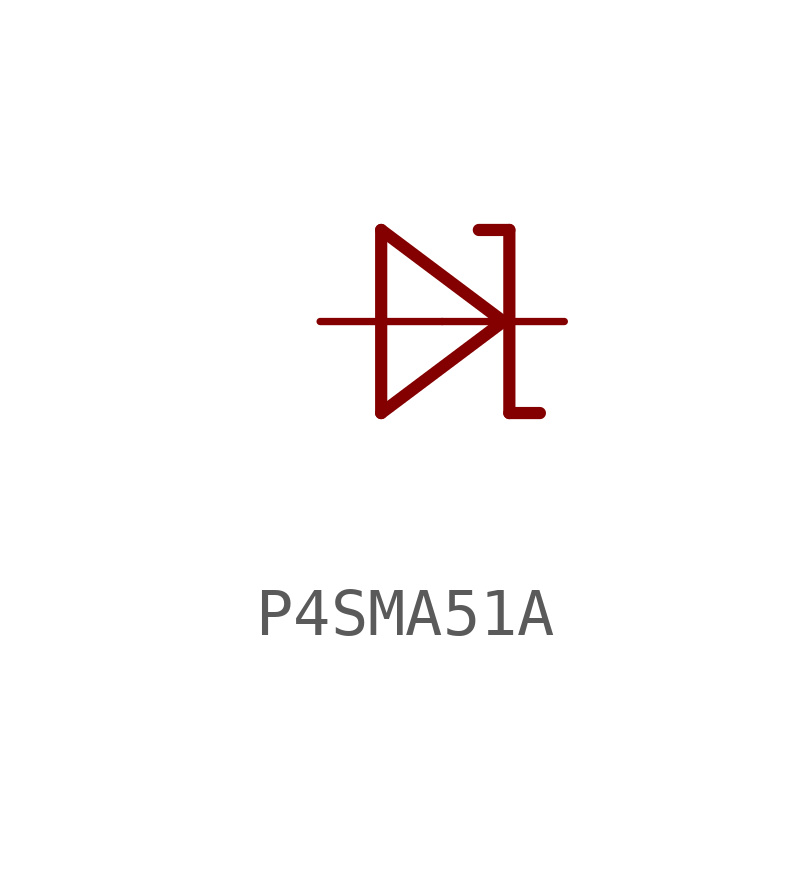
<source format=kicad_sym>
(kicad_symbol_lib
  (version 20220914)
  (generator kicad_symbol_editor)
  (symbol "P4SMA51A"
    (property "Reference" ""
      (at -2.946 2.642 0)
      (effects (font (size 1.778 1.511)) (justify left bottom) hide))
    (property "Value" ""
      (at -4.47 -4.496 0)
      (effects (font (size 1.778 1.511)) (justify left bottom)))
    (property "ki_locked" ""
      (at 0 0 0)
      (effects (font (size 1.27 1.27))))
    (symbol "P4SMA51A_1_0"
      (polyline (pts (xy -1.27 -1.905) (xy 1.27 0)) (stroke (width 0.254) (type solid)) (fill (type none)))
      (polyline (pts (xy -1.27 1.905) (xy -1.27 -1.905)) (stroke (width 0.254) (type solid)) (fill (type none)))
      (polyline (pts (xy 1.27 0) (xy -1.27 1.905)) (stroke (width 0.254) (type solid)) (fill (type none)))
      (polyline (pts (xy 1.397 -1.905) (xy 2.032 -1.905)) (stroke (width 0.254) (type solid)) (fill (type none)))
      (polyline (pts (xy 1.397 1.905) (xy 0.762 1.905)) (stroke (width 0.254) (type solid)) (fill (type none)))
      (polyline (pts (xy 1.397 1.905) (xy 1.397 -1.905)) (stroke (width 0.254) (type solid)) (fill (type none)))
      (pin passive line (at -2.54 0 0) (length 2.54) (name "A" (effects (font (size 0 0)))) (number "A" (effects (font (size 0 0)))))
      (pin passive line (at 2.54 0 180) (length 2.54) (name "C" (effects (font (size 0 0)))) (number "K" (effects (font (size 0 0))))))))
</source>
